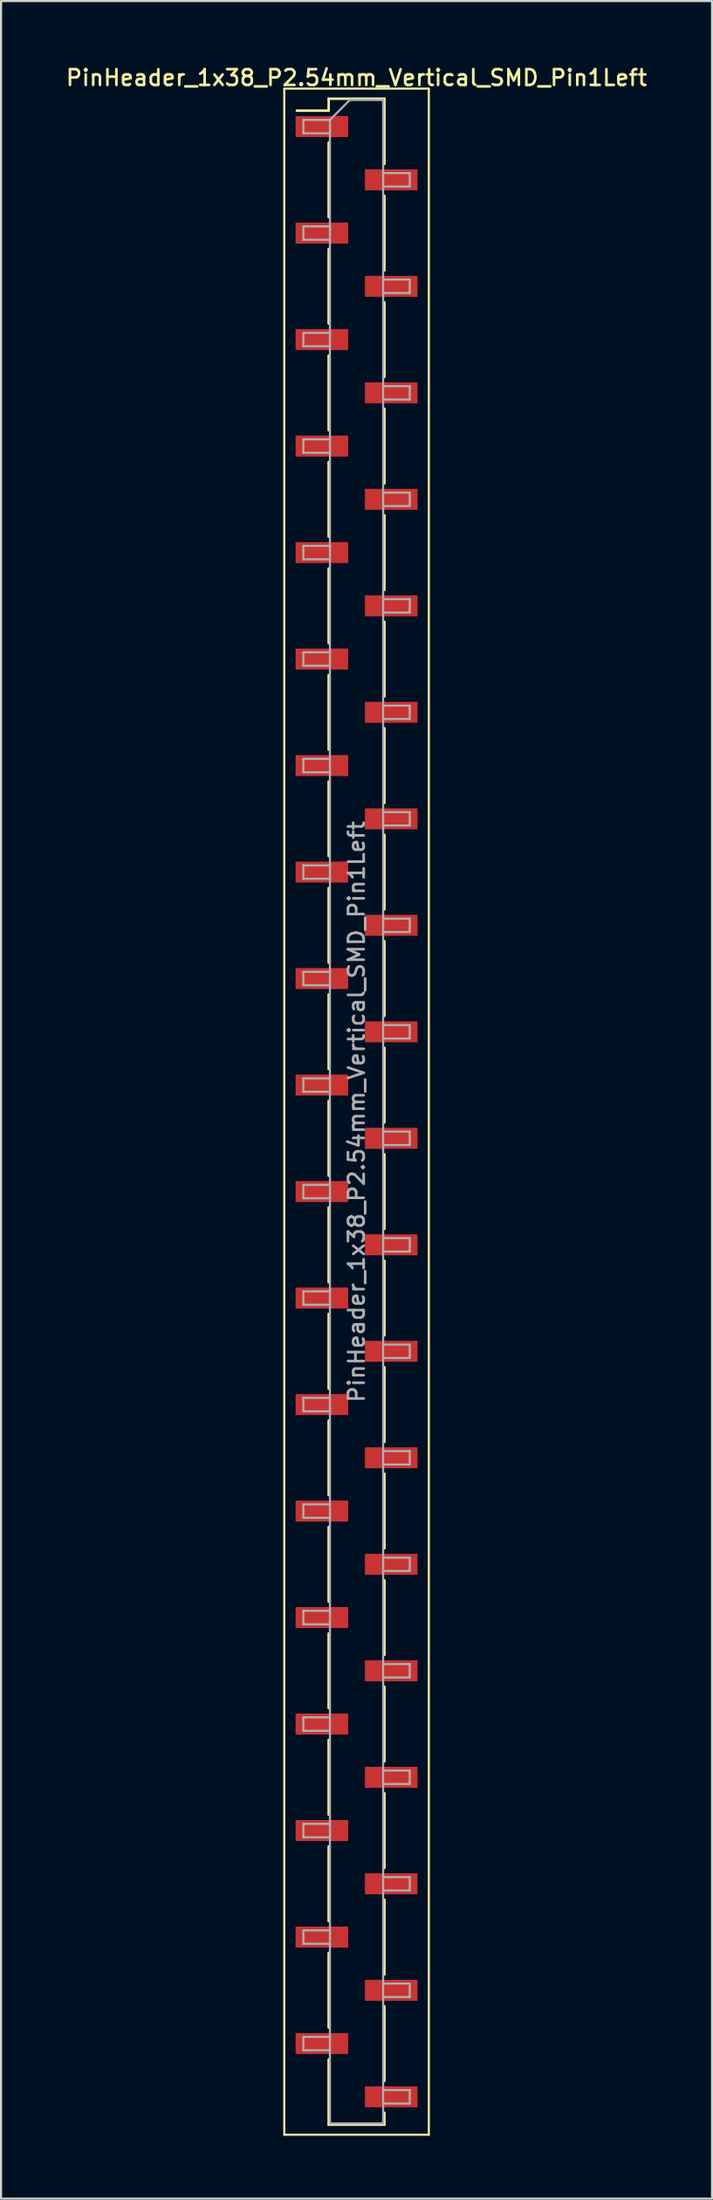
<source format=kicad_pcb>
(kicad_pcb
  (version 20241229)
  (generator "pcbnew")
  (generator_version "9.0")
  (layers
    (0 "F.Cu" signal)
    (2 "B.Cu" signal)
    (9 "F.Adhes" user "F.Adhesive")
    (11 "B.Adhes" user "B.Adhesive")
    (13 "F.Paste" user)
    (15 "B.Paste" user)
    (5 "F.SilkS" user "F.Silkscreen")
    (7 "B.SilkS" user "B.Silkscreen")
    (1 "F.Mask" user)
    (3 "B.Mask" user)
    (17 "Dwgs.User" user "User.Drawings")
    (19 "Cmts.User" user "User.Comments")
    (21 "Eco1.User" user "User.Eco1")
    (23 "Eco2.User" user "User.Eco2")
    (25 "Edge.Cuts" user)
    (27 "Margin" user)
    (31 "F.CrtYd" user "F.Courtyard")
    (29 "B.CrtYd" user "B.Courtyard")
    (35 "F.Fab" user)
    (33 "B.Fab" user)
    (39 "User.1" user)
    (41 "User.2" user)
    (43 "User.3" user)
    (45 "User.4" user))
  (footprint "PinHeader_1x38_P2.54mm_Vertical_SMD_Pin1Left"
    (layer "F.Cu")
    (at 13.97 49.978)
    (property "Reference" "PinHeader_1x38_P2.54mm_Vertical_SMD_Pin1Left" (at 0 -49.32 0) (layer "F.SilkS") (effects (font (size 0.75 0.75) (thickness 0.125))))
    (attr smd)
    (fp_line (start -3.45 -48.8) (end -3.45 48.8) (stroke (width 0.1) (type solid)) (layer "F.SilkS"))
    (fp_line (start -3.45 48.8) (end 3.45 48.8) (stroke (width 0.1) (type solid)) (layer "F.SilkS"))
    (fp_line (start -1.33 -48.32) (end -1.33 -47.75) (stroke (width 0.12) (type solid)) (layer "F.SilkS"))
    (fp_line (start -1.33 -48.32) (end 1.33 -48.32) (stroke (width 0.12) (type solid)) (layer "F.SilkS"))
    (fp_line (start -1.33 -47.75) (end -2.85 -47.75) (stroke (width 0.12) (type solid)) (layer "F.SilkS"))
    (fp_line (start -1.33 -46.23) (end -1.33 -42.67) (stroke (width 0.12) (type solid)) (layer "F.SilkS"))
    (fp_line (start -1.33 -41.15) (end -1.33 -37.59) (stroke (width 0.12) (type solid)) (layer "F.SilkS"))
    (fp_line (start -1.33 -36.07) (end -1.33 -32.51) (stroke (width 0.12) (type solid)) (layer "F.SilkS"))
    (fp_line (start -1.33 -30.99) (end -1.33 -27.43) (stroke (width 0.12) (type solid)) (layer "F.SilkS"))
    (fp_line (start -1.33 -25.91) (end -1.33 -22.35) (stroke (width 0.12) (type solid)) (layer "F.SilkS"))
    (fp_line (start -1.33 -20.83) (end -1.33 -17.27) (stroke (width 0.12) (type solid)) (layer "F.SilkS"))
    (fp_line (start -1.33 -15.75) (end -1.33 -12.19) (stroke (width 0.12) (type solid)) (layer "F.SilkS"))
    (fp_line (start -1.33 -10.67) (end -1.33 -7.11) (stroke (width 0.12) (type solid)) (layer "F.SilkS"))
    (fp_line (start -1.33 -5.59) (end -1.33 -2.03) (stroke (width 0.12) (type solid)) (layer "F.SilkS"))
    (fp_line (start -1.33 -0.51) (end -1.33 3.05) (stroke (width 0.12) (type solid)) (layer "F.SilkS"))
    (fp_line (start -1.33 4.57) (end -1.33 8.13) (stroke (width 0.12) (type solid)) (layer "F.SilkS"))
    (fp_line (start -1.33 9.65) (end -1.33 13.21) (stroke (width 0.12) (type solid)) (layer "F.SilkS"))
    (fp_line (start -1.33 14.73) (end -1.33 18.29) (stroke (width 0.12) (type solid)) (layer "F.SilkS"))
    (fp_line (start -1.33 19.81) (end -1.33 23.37) (stroke (width 0.12) (type solid)) (layer "F.SilkS"))
    (fp_line (start -1.33 24.89) (end -1.33 28.45) (stroke (width 0.12) (type solid)) (layer "F.SilkS"))
    (fp_line (start -1.33 29.97) (end -1.33 33.53) (stroke (width 0.12) (type solid)) (layer "F.SilkS"))
    (fp_line (start -1.33 35.05) (end -1.33 38.61) (stroke (width 0.12) (type solid)) (layer "F.SilkS"))
    (fp_line (start -1.33 40.13) (end -1.33 43.69) (stroke (width 0.12) (type solid)) (layer "F.SilkS"))
    (fp_line (start -1.33 45.21) (end -1.33 48.32) (stroke (width 0.12) (type solid)) (layer "F.SilkS"))
    (fp_line (start -1.33 48.32) (end 1.33 48.32) (stroke (width 0.12) (type solid)) (layer "F.SilkS"))
    (fp_line (start 1.33 -48.32) (end 1.33 -45.21) (stroke (width 0.12) (type solid)) (layer "F.SilkS"))
    (fp_line (start 1.33 -43.69) (end 1.33 -40.13) (stroke (width 0.12) (type solid)) (layer "F.SilkS"))
    (fp_line (start 1.33 -38.61) (end 1.33 -35.05) (stroke (width 0.12) (type solid)) (layer "F.SilkS"))
    (fp_line (start 1.33 -33.53) (end 1.33 -29.97) (stroke (width 0.12) (type solid)) (layer "F.SilkS"))
    (fp_line (start 1.33 -28.45) (end 1.33 -24.89) (stroke (width 0.12) (type solid)) (layer "F.SilkS"))
    (fp_line (start 1.33 -23.37) (end 1.33 -19.81) (stroke (width 0.12) (type solid)) (layer "F.SilkS"))
    (fp_line (start 1.33 -18.29) (end 1.33 -14.73) (stroke (width 0.12) (type solid)) (layer "F.SilkS"))
    (fp_line (start 1.33 -13.21) (end 1.33 -9.65) (stroke (width 0.12) (type solid)) (layer "F.SilkS"))
    (fp_line (start 1.33 -8.13) (end 1.33 -4.57) (stroke (width 0.12) (type solid)) (layer "F.SilkS"))
    (fp_line (start 1.33 -3.05) (end 1.33 0.51) (stroke (width 0.12) (type solid)) (layer "F.SilkS"))
    (fp_line (start 1.33 2.03) (end 1.33 5.59) (stroke (width 0.12) (type solid)) (layer "F.SilkS"))
    (fp_line (start 1.33 7.11) (end 1.33 10.67) (stroke (width 0.12) (type solid)) (layer "F.SilkS"))
    (fp_line (start 1.33 12.19) (end 1.33 15.75) (stroke (width 0.12) (type solid)) (layer "F.SilkS"))
    (fp_line (start 1.33 17.27) (end 1.33 20.83) (stroke (width 0.12) (type solid)) (layer "F.SilkS"))
    (fp_line (start 1.33 22.35) (end 1.33 25.91) (stroke (width 0.12) (type solid)) (layer "F.SilkS"))
    (fp_line (start 1.33 27.43) (end 1.33 30.99) (stroke (width 0.12) (type solid)) (layer "F.SilkS"))
    (fp_line (start 1.33 32.51) (end 1.33 36.07) (stroke (width 0.12) (type solid)) (layer "F.SilkS"))
    (fp_line (start 1.33 37.59) (end 1.33 41.15) (stroke (width 0.12) (type solid)) (layer "F.SilkS"))
    (fp_line (start 1.33 42.67) (end 1.33 46.23) (stroke (width 0.12) (type solid)) (layer "F.SilkS"))
    (fp_line (start 1.33 47.75) (end 1.33 48.32) (stroke (width 0.12) (type solid)) (layer "F.SilkS"))
    (fp_line (start 3.45 -48.8) (end -3.45 -48.8) (stroke (width 0.1) (type solid)) (layer "F.SilkS"))
    (fp_line (start 3.45 48.8) (end 3.45 -48.8) (stroke (width 0.1) (type solid)) (layer "F.SilkS"))
    (fp_line (start -2.54 -47.31) (end -2.54 -46.67) (stroke (width 0.1) (type solid)) (layer "F.Fab"))
    (fp_line (start -2.54 -46.67) (end -1.27 -46.67) (stroke (width 0.1) (type solid)) (layer "F.Fab"))
    (fp_line (start -2.54 -42.23) (end -2.54 -41.59) (stroke (width 0.1) (type solid)) (layer "F.Fab"))
    (fp_line (start -2.54 -41.59) (end -1.27 -41.59) (stroke (width 0.1) (type solid)) (layer "F.Fab"))
    (fp_line (start -2.54 -37.15) (end -2.54 -36.51) (stroke (width 0.1) (type solid)) (layer "F.Fab"))
    (fp_line (start -2.54 -36.51) (end -1.27 -36.51) (stroke (width 0.1) (type solid)) (layer "F.Fab"))
    (fp_line (start -2.54 -32.07) (end -2.54 -31.43) (stroke (width 0.1) (type solid)) (layer "F.Fab"))
    (fp_line (start -2.54 -31.43) (end -1.27 -31.43) (stroke (width 0.1) (type solid)) (layer "F.Fab"))
    (fp_line (start -2.54 -26.99) (end -2.54 -26.35) (stroke (width 0.1) (type solid)) (layer "F.Fab"))
    (fp_line (start -2.54 -26.35) (end -1.27 -26.35) (stroke (width 0.1) (type solid)) (layer "F.Fab"))
    (fp_line (start -2.54 -21.91) (end -2.54 -21.27) (stroke (width 0.1) (type solid)) (layer "F.Fab"))
    (fp_line (start -2.54 -21.27) (end -1.27 -21.27) (stroke (width 0.1) (type solid)) (layer "F.Fab"))
    (fp_line (start -2.54 -16.83) (end -2.54 -16.19) (stroke (width 0.1) (type solid)) (layer "F.Fab"))
    (fp_line (start -2.54 -16.19) (end -1.27 -16.19) (stroke (width 0.1) (type solid)) (layer "F.Fab"))
    (fp_line (start -2.54 -11.75) (end -2.54 -11.11) (stroke (width 0.1) (type solid)) (layer "F.Fab"))
    (fp_line (start -2.54 -11.11) (end -1.27 -11.11) (stroke (width 0.1) (type solid)) (layer "F.Fab"))
    (fp_line (start -2.54 -6.67) (end -2.54 -6.03) (stroke (width 0.1) (type solid)) (layer "F.Fab"))
    (fp_line (start -2.54 -6.03) (end -1.27 -6.03) (stroke (width 0.1) (type solid)) (layer "F.Fab"))
    (fp_line (start -2.54 -1.59) (end -2.54 -0.95) (stroke (width 0.1) (type solid)) (layer "F.Fab"))
    (fp_line (start -2.54 -0.95) (end -1.27 -0.95) (stroke (width 0.1) (type solid)) (layer "F.Fab"))
    (fp_line (start -2.54 3.49) (end -2.54 4.13) (stroke (width 0.1) (type solid)) (layer "F.Fab"))
    (fp_line (start -2.54 4.13) (end -1.27 4.13) (stroke (width 0.1) (type solid)) (layer "F.Fab"))
    (fp_line (start -2.54 8.57) (end -2.54 9.21) (stroke (width 0.1) (type solid)) (layer "F.Fab"))
    (fp_line (start -2.54 9.21) (end -1.27 9.21) (stroke (width 0.1) (type solid)) (layer "F.Fab"))
    (fp_line (start -2.54 13.65) (end -2.54 14.29) (stroke (width 0.1) (type solid)) (layer "F.Fab"))
    (fp_line (start -2.54 14.29) (end -1.27 14.29) (stroke (width 0.1) (type solid)) (layer "F.Fab"))
    (fp_line (start -2.54 18.73) (end -2.54 19.37) (stroke (width 0.1) (type solid)) (layer "F.Fab"))
    (fp_line (start -2.54 19.37) (end -1.27 19.37) (stroke (width 0.1) (type solid)) (layer "F.Fab"))
    (fp_line (start -2.54 23.81) (end -2.54 24.45) (stroke (width 0.1) (type solid)) (layer "F.Fab"))
    (fp_line (start -2.54 24.45) (end -1.27 24.45) (stroke (width 0.1) (type solid)) (layer "F.Fab"))
    (fp_line (start -2.54 28.89) (end -2.54 29.53) (stroke (width 0.1) (type solid)) (layer "F.Fab"))
    (fp_line (start -2.54 29.53) (end -1.27 29.53) (stroke (width 0.1) (type solid)) (layer "F.Fab"))
    (fp_line (start -2.54 33.97) (end -2.54 34.61) (stroke (width 0.1) (type solid)) (layer "F.Fab"))
    (fp_line (start -2.54 34.61) (end -1.27 34.61) (stroke (width 0.1) (type solid)) (layer "F.Fab"))
    (fp_line (start -2.54 39.05) (end -2.54 39.69) (stroke (width 0.1) (type solid)) (layer "F.Fab"))
    (fp_line (start -2.54 39.69) (end -1.27 39.69) (stroke (width 0.1) (type solid)) (layer "F.Fab"))
    (fp_line (start -2.54 44.13) (end -2.54 44.77) (stroke (width 0.1) (type solid)) (layer "F.Fab"))
    (fp_line (start -2.54 44.77) (end -1.27 44.77) (stroke (width 0.1) (type solid)) (layer "F.Fab"))
    (fp_line (start -1.27 -47.31) (end -2.54 -47.31) (stroke (width 0.1) (type solid)) (layer "F.Fab"))
    (fp_line (start -1.27 -47.31) (end -0.32 -48.26) (stroke (width 0.1) (type solid)) (layer "F.Fab"))
    (fp_line (start -1.27 -42.23) (end -2.54 -42.23) (stroke (width 0.1) (type solid)) (layer "F.Fab"))
    (fp_line (start -1.27 -37.15) (end -2.54 -37.15) (stroke (width 0.1) (type solid)) (layer "F.Fab"))
    (fp_line (start -1.27 -32.07) (end -2.54 -32.07) (stroke (width 0.1) (type solid)) (layer "F.Fab"))
    (fp_line (start -1.27 -26.99) (end -2.54 -26.99) (stroke (width 0.1) (type solid)) (layer "F.Fab"))
    (fp_line (start -1.27 -21.91) (end -2.54 -21.91) (stroke (width 0.1) (type solid)) (layer "F.Fab"))
    (fp_line (start -1.27 -16.83) (end -2.54 -16.83) (stroke (width 0.1) (type solid)) (layer "F.Fab"))
    (fp_line (start -1.27 -11.75) (end -2.54 -11.75) (stroke (width 0.1) (type solid)) (layer "F.Fab"))
    (fp_line (start -1.27 -6.67) (end -2.54 -6.67) (stroke (width 0.1) (type solid)) (layer "F.Fab"))
    (fp_line (start -1.27 -1.59) (end -2.54 -1.59) (stroke (width 0.1) (type solid)) (layer "F.Fab"))
    (fp_line (start -1.27 3.49) (end -2.54 3.49) (stroke (width 0.1) (type solid)) (layer "F.Fab"))
    (fp_line (start -1.27 8.57) (end -2.54 8.57) (stroke (width 0.1) (type solid)) (layer "F.Fab"))
    (fp_line (start -1.27 13.65) (end -2.54 13.65) (stroke (width 0.1) (type solid)) (layer "F.Fab"))
    (fp_line (start -1.27 18.73) (end -2.54 18.73) (stroke (width 0.1) (type solid)) (layer "F.Fab"))
    (fp_line (start -1.27 23.81) (end -2.54 23.81) (stroke (width 0.1) (type solid)) (layer "F.Fab"))
    (fp_line (start -1.27 28.89) (end -2.54 28.89) (stroke (width 0.1) (type solid)) (layer "F.Fab"))
    (fp_line (start -1.27 33.97) (end -2.54 33.97) (stroke (width 0.1) (type solid)) (layer "F.Fab"))
    (fp_line (start -1.27 39.05) (end -2.54 39.05) (stroke (width 0.1) (type solid)) (layer "F.Fab"))
    (fp_line (start -1.27 44.13) (end -2.54 44.13) (stroke (width 0.1) (type solid)) (layer "F.Fab"))
    (fp_line (start -1.27 48.26) (end -1.27 -47.31) (stroke (width 0.1) (type solid)) (layer "F.Fab"))
    (fp_line (start -0.32 -48.26) (end 1.27 -48.26) (stroke (width 0.1) (type solid)) (layer "F.Fab"))
    (fp_line (start 1.27 -48.26) (end 1.27 48.26) (stroke (width 0.1) (type solid)) (layer "F.Fab"))
    (fp_line (start 1.27 -44.77) (end 2.54 -44.77) (stroke (width 0.1) (type solid)) (layer "F.Fab"))
    (fp_line (start 1.27 -39.69) (end 2.54 -39.69) (stroke (width 0.1) (type solid)) (layer "F.Fab"))
    (fp_line (start 1.27 -34.61) (end 2.54 -34.61) (stroke (width 0.1) (type solid)) (layer "F.Fab"))
    (fp_line (start 1.27 -29.53) (end 2.54 -29.53) (stroke (width 0.1) (type solid)) (layer "F.Fab"))
    (fp_line (start 1.27 -24.45) (end 2.54 -24.45) (stroke (width 0.1) (type solid)) (layer "F.Fab"))
    (fp_line (start 1.27 -19.37) (end 2.54 -19.37) (stroke (width 0.1) (type solid)) (layer "F.Fab"))
    (fp_line (start 1.27 -14.29) (end 2.54 -14.29) (stroke (width 0.1) (type solid)) (layer "F.Fab"))
    (fp_line (start 1.27 -9.21) (end 2.54 -9.21) (stroke (width 0.1) (type solid)) (layer "F.Fab"))
    (fp_line (start 1.27 -4.13) (end 2.54 -4.13) (stroke (width 0.1) (type solid)) (layer "F.Fab"))
    (fp_line (start 1.27 0.95) (end 2.54 0.95) (stroke (width 0.1) (type solid)) (layer "F.Fab"))
    (fp_line (start 1.27 6.03) (end 2.54 6.03) (stroke (width 0.1) (type solid)) (layer "F.Fab"))
    (fp_line (start 1.27 11.11) (end 2.54 11.11) (stroke (width 0.1) (type solid)) (layer "F.Fab"))
    (fp_line (start 1.27 16.19) (end 2.54 16.19) (stroke (width 0.1) (type solid)) (layer "F.Fab"))
    (fp_line (start 1.27 21.27) (end 2.54 21.27) (stroke (width 0.1) (type solid)) (layer "F.Fab"))
    (fp_line (start 1.27 26.35) (end 2.54 26.35) (stroke (width 0.1) (type solid)) (layer "F.Fab"))
    (fp_line (start 1.27 31.43) (end 2.54 31.43) (stroke (width 0.1) (type solid)) (layer "F.Fab"))
    (fp_line (start 1.27 36.51) (end 2.54 36.51) (stroke (width 0.1) (type solid)) (layer "F.Fab"))
    (fp_line (start 1.27 41.59) (end 2.54 41.59) (stroke (width 0.1) (type solid)) (layer "F.Fab"))
    (fp_line (start 1.27 46.67) (end 2.54 46.67) (stroke (width 0.1) (type solid)) (layer "F.Fab"))
    (fp_line (start 1.27 48.26) (end -1.27 48.26) (stroke (width 0.1) (type solid)) (layer "F.Fab"))
    (fp_line (start 2.54 -44.77) (end 2.54 -44.13) (stroke (width 0.1) (type solid)) (layer "F.Fab"))
    (fp_line (start 2.54 -44.13) (end 1.27 -44.13) (stroke (width 0.1) (type solid)) (layer "F.Fab"))
    (fp_line (start 2.54 -39.69) (end 2.54 -39.05) (stroke (width 0.1) (type solid)) (layer "F.Fab"))
    (fp_line (start 2.54 -39.05) (end 1.27 -39.05) (stroke (width 0.1) (type solid)) (layer "F.Fab"))
    (fp_line (start 2.54 -34.61) (end 2.54 -33.97) (stroke (width 0.1) (type solid)) (layer "F.Fab"))
    (fp_line (start 2.54 -33.97) (end 1.27 -33.97) (stroke (width 0.1) (type solid)) (layer "F.Fab"))
    (fp_line (start 2.54 -29.53) (end 2.54 -28.89) (stroke (width 0.1) (type solid)) (layer "F.Fab"))
    (fp_line (start 2.54 -28.89) (end 1.27 -28.89) (stroke (width 0.1) (type solid)) (layer "F.Fab"))
    (fp_line (start 2.54 -24.45) (end 2.54 -23.81) (stroke (width 0.1) (type solid)) (layer "F.Fab"))
    (fp_line (start 2.54 -23.81) (end 1.27 -23.81) (stroke (width 0.1) (type solid)) (layer "F.Fab"))
    (fp_line (start 2.54 -19.37) (end 2.54 -18.73) (stroke (width 0.1) (type solid)) (layer "F.Fab"))
    (fp_line (start 2.54 -18.73) (end 1.27 -18.73) (stroke (width 0.1) (type solid)) (layer "F.Fab"))
    (fp_line (start 2.54 -14.29) (end 2.54 -13.65) (stroke (width 0.1) (type solid)) (layer "F.Fab"))
    (fp_line (start 2.54 -13.65) (end 1.27 -13.65) (stroke (width 0.1) (type solid)) (layer "F.Fab"))
    (fp_line (start 2.54 -9.21) (end 2.54 -8.57) (stroke (width 0.1) (type solid)) (layer "F.Fab"))
    (fp_line (start 2.54 -8.57) (end 1.27 -8.57) (stroke (width 0.1) (type solid)) (layer "F.Fab"))
    (fp_line (start 2.54 -4.13) (end 2.54 -3.49) (stroke (width 0.1) (type solid)) (layer "F.Fab"))
    (fp_line (start 2.54 -3.49) (end 1.27 -3.49) (stroke (width 0.1) (type solid)) (layer "F.Fab"))
    (fp_line (start 2.54 0.95) (end 2.54 1.59) (stroke (width 0.1) (type solid)) (layer "F.Fab"))
    (fp_line (start 2.54 1.59) (end 1.27 1.59) (stroke (width 0.1) (type solid)) (layer "F.Fab"))
    (fp_line (start 2.54 6.03) (end 2.54 6.67) (stroke (width 0.1) (type solid)) (layer "F.Fab"))
    (fp_line (start 2.54 6.67) (end 1.27 6.67) (stroke (width 0.1) (type solid)) (layer "F.Fab"))
    (fp_line (start 2.54 11.11) (end 2.54 11.75) (stroke (width 0.1) (type solid)) (layer "F.Fab"))
    (fp_line (start 2.54 11.75) (end 1.27 11.75) (stroke (width 0.1) (type solid)) (layer "F.Fab"))
    (fp_line (start 2.54 16.19) (end 2.54 16.83) (stroke (width 0.1) (type solid)) (layer "F.Fab"))
    (fp_line (start 2.54 16.83) (end 1.27 16.83) (stroke (width 0.1) (type solid)) (layer "F.Fab"))
    (fp_line (start 2.54 21.27) (end 2.54 21.91) (stroke (width 0.1) (type solid)) (layer "F.Fab"))
    (fp_line (start 2.54 21.91) (end 1.27 21.91) (stroke (width 0.1) (type solid)) (layer "F.Fab"))
    (fp_line (start 2.54 26.35) (end 2.54 26.99) (stroke (width 0.1) (type solid)) (layer "F.Fab"))
    (fp_line (start 2.54 26.99) (end 1.27 26.99) (stroke (width 0.1) (type solid)) (layer "F.Fab"))
    (fp_line (start 2.54 31.43) (end 2.54 32.07) (stroke (width 0.1) (type solid)) (layer "F.Fab"))
    (fp_line (start 2.54 32.07) (end 1.27 32.07) (stroke (width 0.1) (type solid)) (layer "F.Fab"))
    (fp_line (start 2.54 36.51) (end 2.54 37.15) (stroke (width 0.1) (type solid)) (layer "F.Fab"))
    (fp_line (start 2.54 37.15) (end 1.27 37.15) (stroke (width 0.1) (type solid)) (layer "F.Fab"))
    (fp_line (start 2.54 41.59) (end 2.54 42.23) (stroke (width 0.1) (type solid)) (layer "F.Fab"))
    (fp_line (start 2.54 42.23) (end 1.27 42.23) (stroke (width 0.1) (type solid)) (layer "F.Fab"))
    (fp_line (start 2.54 46.67) (end 2.54 47.31) (stroke (width 0.1) (type solid)) (layer "F.Fab"))
    (fp_line (start 2.54 47.31) (end 1.27 47.31) (stroke (width 0.1) (type solid)) (layer "F.Fab"))
    (fp_text user "${REFERENCE}" (at 0 0 90) (layer "F.Fab") (effects (font (size 0.75 0.75) (thickness 0.125))))
    (pad "1" smd rect (at -1.655 -46.99) (size 2.51 1) (layers "F.Cu" "F.Mask" "F.Paste"))
    (pad "2" smd rect (at 1.655 -44.45) (size 2.51 1) (layers "F.Cu" "F.Mask" "F.Paste"))
    (pad "3" smd rect (at -1.655 -41.91) (size 2.51 1) (layers "F.Cu" "F.Mask" "F.Paste"))
    (pad "4" smd rect (at 1.655 -39.37) (size 2.51 1) (layers "F.Cu" "F.Mask" "F.Paste"))
    (pad "5" smd rect (at -1.655 -36.83) (size 2.51 1) (layers "F.Cu" "F.Mask" "F.Paste"))
    (pad "6" smd rect (at 1.655 -34.29) (size 2.51 1) (layers "F.Cu" "F.Mask" "F.Paste"))
    (pad "7" smd rect (at -1.655 -31.75) (size 2.51 1) (layers "F.Cu" "F.Mask" "F.Paste"))
    (pad "8" smd rect (at 1.655 -29.21) (size 2.51 1) (layers "F.Cu" "F.Mask" "F.Paste"))
    (pad "9" smd rect (at -1.655 -26.67) (size 2.51 1) (layers "F.Cu" "F.Mask" "F.Paste"))
    (pad "10" smd rect (at 1.655 -24.13) (size 2.51 1) (layers "F.Cu" "F.Mask" "F.Paste"))
    (pad "11" smd rect (at -1.655 -21.59) (size 2.51 1) (layers "F.Cu" "F.Mask" "F.Paste"))
    (pad "12" smd rect (at 1.655 -19.05) (size 2.51 1) (layers "F.Cu" "F.Mask" "F.Paste"))
    (pad "13" smd rect (at -1.655 -16.51) (size 2.51 1) (layers "F.Cu" "F.Mask" "F.Paste"))
    (pad "14" smd rect (at 1.655 -13.97) (size 2.51 1) (layers "F.Cu" "F.Mask" "F.Paste"))
    (pad "15" smd rect (at -1.655 -11.43) (size 2.51 1) (layers "F.Cu" "F.Mask" "F.Paste"))
    (pad "16" smd rect (at 1.655 -8.89) (size 2.51 1) (layers "F.Cu" "F.Mask" "F.Paste"))
    (pad "17" smd rect (at -1.655 -6.35) (size 2.51 1) (layers "F.Cu" "F.Mask" "F.Paste"))
    (pad "18" smd rect (at 1.655 -3.81) (size 2.51 1) (layers "F.Cu" "F.Mask" "F.Paste"))
    (pad "19" smd rect (at -1.655 -1.27) (size 2.51 1) (layers "F.Cu" "F.Mask" "F.Paste"))
    (pad "20" smd rect (at 1.655 1.27) (size 2.51 1) (layers "F.Cu" "F.Mask" "F.Paste"))
    (pad "21" smd rect (at -1.655 3.81) (size 2.51 1) (layers "F.Cu" "F.Mask" "F.Paste"))
    (pad "22" smd rect (at 1.655 6.35) (size 2.51 1) (layers "F.Cu" "F.Mask" "F.Paste"))
    (pad "23" smd rect (at -1.655 8.89) (size 2.51 1) (layers "F.Cu" "F.Mask" "F.Paste"))
    (pad "24" smd rect (at 1.655 11.43) (size 2.51 1) (layers "F.Cu" "F.Mask" "F.Paste"))
    (pad "25" smd rect (at -1.655 13.97) (size 2.51 1) (layers "F.Cu" "F.Mask" "F.Paste"))
    (pad "26" smd rect (at 1.655 16.51) (size 2.51 1) (layers "F.Cu" "F.Mask" "F.Paste"))
    (pad "27" smd rect (at -1.655 19.05) (size 2.51 1) (layers "F.Cu" "F.Mask" "F.Paste"))
    (pad "28" smd rect (at 1.655 21.59) (size 2.51 1) (layers "F.Cu" "F.Mask" "F.Paste"))
    (pad "29" smd rect (at -1.655 24.13) (size 2.51 1) (layers "F.Cu" "F.Mask" "F.Paste"))
    (pad "30" smd rect (at 1.655 26.67) (size 2.51 1) (layers "F.Cu" "F.Mask" "F.Paste"))
    (pad "31" smd rect (at -1.655 29.21) (size 2.51 1) (layers "F.Cu" "F.Mask" "F.Paste"))
    (pad "32" smd rect (at 1.655 31.75) (size 2.51 1) (layers "F.Cu" "F.Mask" "F.Paste"))
    (pad "33" smd rect (at -1.655 34.29) (size 2.51 1) (layers "F.Cu" "F.Mask" "F.Paste"))
    (pad "34" smd rect (at 1.655 36.83) (size 2.51 1) (layers "F.Cu" "F.Mask" "F.Paste"))
    (pad "35" smd rect (at -1.655 39.37) (size 2.51 1) (layers "F.Cu" "F.Mask" "F.Paste"))
    (pad "36" smd rect (at 1.655 41.91) (size 2.51 1) (layers "F.Cu" "F.Mask" "F.Paste"))
    (pad "37" smd rect (at -1.655 44.45) (size 2.51 1) (layers "F.Cu" "F.Mask" "F.Paste"))
    (pad "38" smd rect (at 1.655 46.99) (size 2.51 1) (layers "F.Cu" "F.Mask" "F.Paste")))
  (gr_rect
    (start -3 -3)
    (end 30.939 101.828)
    (stroke (width 0.1) (type default))
    (fill no)
    (layer "Edge.Cuts")))
</source>
